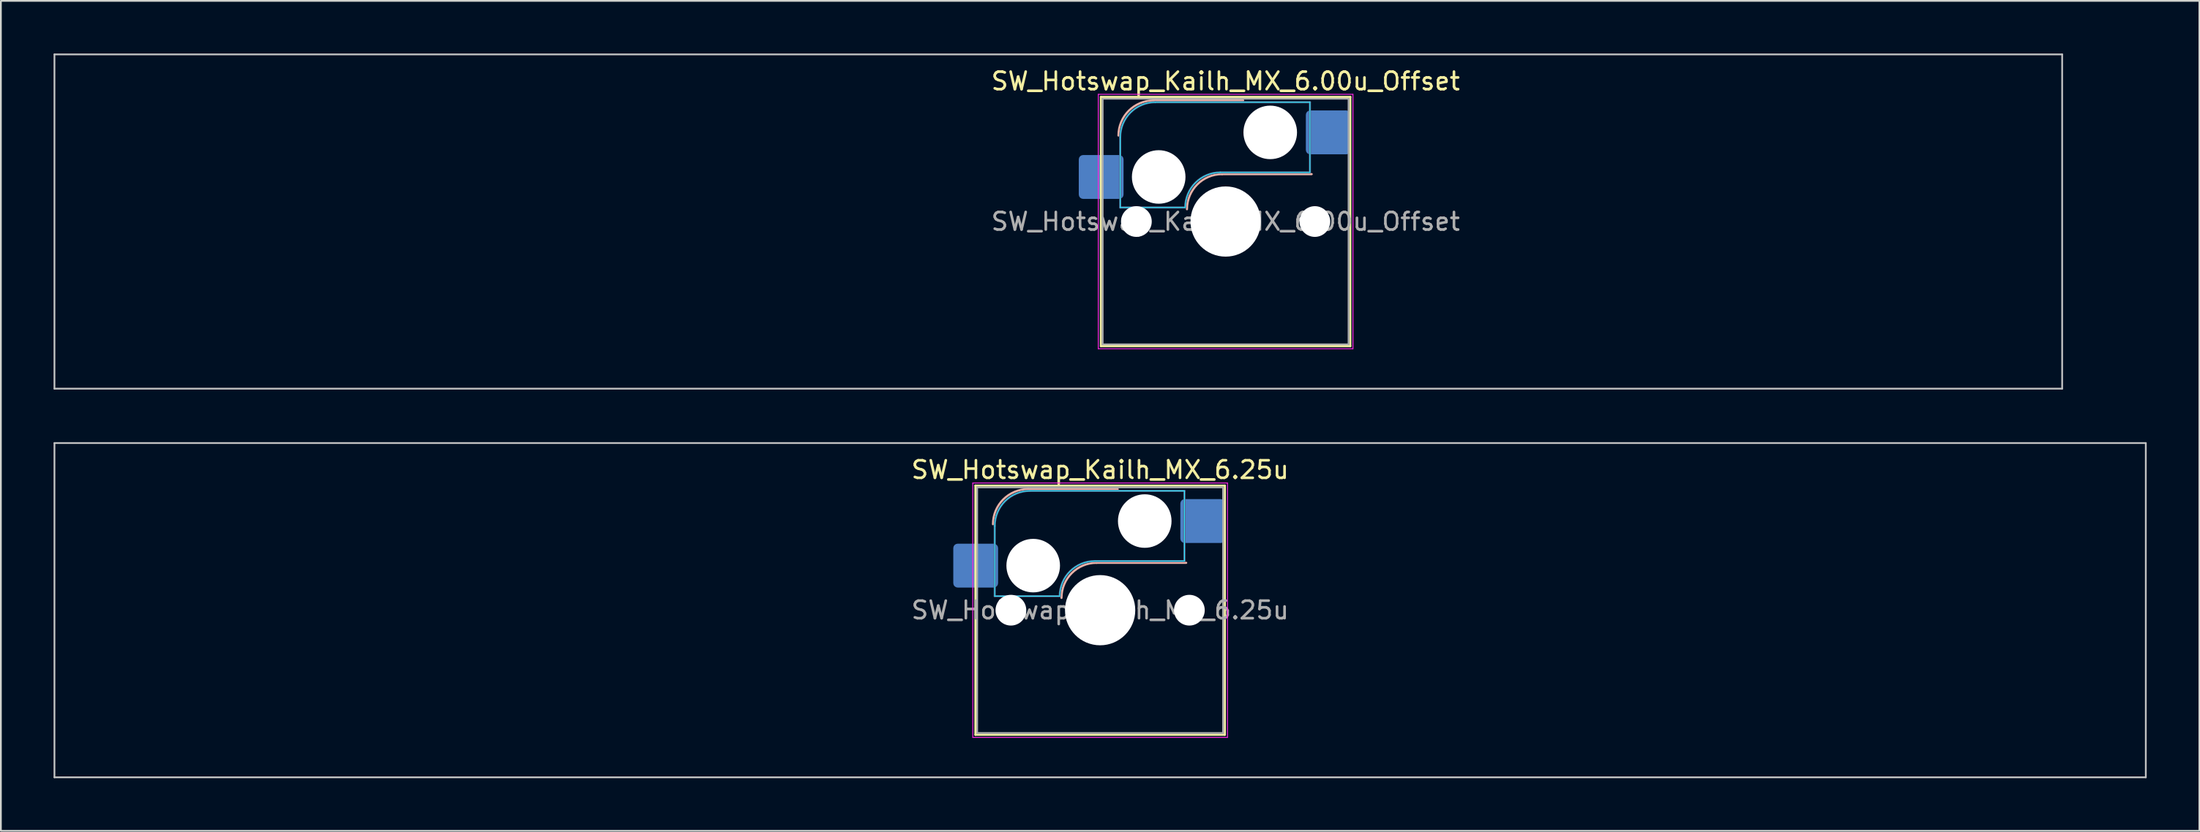
<source format=kicad_pcb>
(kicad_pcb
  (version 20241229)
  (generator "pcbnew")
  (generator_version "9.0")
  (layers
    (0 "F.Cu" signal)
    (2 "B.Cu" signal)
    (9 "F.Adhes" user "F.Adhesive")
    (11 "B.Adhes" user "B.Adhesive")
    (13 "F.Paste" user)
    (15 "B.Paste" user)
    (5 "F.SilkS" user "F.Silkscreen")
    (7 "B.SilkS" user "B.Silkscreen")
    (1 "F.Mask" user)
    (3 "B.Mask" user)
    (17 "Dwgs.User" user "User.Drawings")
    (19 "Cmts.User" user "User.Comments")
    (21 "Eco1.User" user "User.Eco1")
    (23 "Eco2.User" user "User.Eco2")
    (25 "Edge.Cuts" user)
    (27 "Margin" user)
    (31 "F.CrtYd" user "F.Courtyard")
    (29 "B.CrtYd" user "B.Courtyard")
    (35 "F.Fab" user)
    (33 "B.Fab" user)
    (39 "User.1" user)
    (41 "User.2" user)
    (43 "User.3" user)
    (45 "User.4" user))
  (footprint "SW_Hotswap_Kailh_MX_6.00u_Offset"
    (layer "F.Cu")
    (at 66.725 9.575)
    (property "Reference" "SW_Hotswap_Kailh_MX_6.00u_Offset" (at 0 -8 0) (layer "F.SilkS") (effects (font (size 1 1) (thickness 0.15))))
    (attr smd)
    (fp_line (start -7.1 -7.1) (end -7.1 7.1) (stroke (width 0.12) (type solid)) (layer "F.SilkS"))
    (fp_line (start -7.1 7.1) (end 7.1 7.1) (stroke (width 0.12) (type solid)) (layer "F.SilkS"))
    (fp_line (start 7.1 -7.1) (end -7.1 -7.1) (stroke (width 0.12) (type solid)) (layer "F.SilkS"))
    (fp_line (start 7.1 7.1) (end 7.1 -7.1) (stroke (width 0.12) (type solid)) (layer "F.SilkS"))
    (fp_line (start -4.1 -6.9) (end 1 -6.9) (stroke (width 0.12) (type solid)) (layer "B.SilkS"))
    (fp_line (start -0.2 -2.7) (end 4.9 -2.7) (stroke (width 0.12) (type solid)) (layer "B.SilkS"))
    (fp_arc (start -6.1 -4.9) (mid -5.514214 -6.314214) (end -4.1 -6.9) (stroke (width 0.12) (type solid)) (layer "B.SilkS"))
    (fp_arc (start -2.2 -0.7) (mid -1.614214 -2.114214) (end -0.2 -2.7) (stroke (width 0.12) (type solid)) (layer "B.SilkS"))
    (fp_line (start -66.675 -9.525) (end -66.675 9.525) (stroke (width 0.1) (type solid)) (layer "Dwgs.User"))
    (fp_line (start -66.675 9.525) (end 47.625 9.525) (stroke (width 0.1) (type solid)) (layer "Dwgs.User"))
    (fp_line (start 47.625 -9.525) (end -66.675 -9.525) (stroke (width 0.1) (type solid)) (layer "Dwgs.User"))
    (fp_line (start 47.625 9.525) (end 47.625 -9.525) (stroke (width 0.1) (type solid)) (layer "Dwgs.User"))
    (fp_line (start -7.8 -6) (end -7 -6) (stroke (width 0.1) (type solid)) (layer "Eco1.User"))
    (fp_line (start -7.8 -2.9) (end -7.8 -6) (stroke (width 0.1) (type solid)) (layer "Eco1.User"))
    (fp_line (start -7.8 2.9) (end -7 2.9) (stroke (width 0.1) (type solid)) (layer "Eco1.User"))
    (fp_line (start -7.8 6) (end -7.8 2.9) (stroke (width 0.1) (type solid)) (layer "Eco1.User"))
    (fp_line (start -7 -7) (end 7 -7) (stroke (width 0.1) (type solid)) (layer "Eco1.User"))
    (fp_line (start -7 -6) (end -7 -7) (stroke (width 0.1) (type solid)) (layer "Eco1.User"))
    (fp_line (start -7 -2.9) (end -7.8 -2.9) (stroke (width 0.1) (type solid)) (layer "Eco1.User"))
    (fp_line (start -7 2.9) (end -7 -2.9) (stroke (width 0.1) (type solid)) (layer "Eco1.User"))
    (fp_line (start -7 6) (end -7.8 6) (stroke (width 0.1) (type solid)) (layer "Eco1.User"))
    (fp_line (start -7 7) (end -7 6) (stroke (width 0.1) (type solid)) (layer "Eco1.User"))
    (fp_line (start 7 -7) (end 7 -6) (stroke (width 0.1) (type solid)) (layer "Eco1.User"))
    (fp_line (start 7 -6) (end 7.8 -6) (stroke (width 0.1) (type solid)) (layer "Eco1.User"))
    (fp_line (start 7 -2.9) (end 7 2.9) (stroke (width 0.1) (type solid)) (layer "Eco1.User"))
    (fp_line (start 7 2.9) (end 7.8 2.9) (stroke (width 0.1) (type solid)) (layer "Eco1.User"))
    (fp_line (start 7 6) (end 7 7) (stroke (width 0.1) (type solid)) (layer "Eco1.User"))
    (fp_line (start 7 7) (end -7 7) (stroke (width 0.1) (type solid)) (layer "Eco1.User"))
    (fp_line (start 7.8 -6) (end 7.8 -2.9) (stroke (width 0.1) (type solid)) (layer "Eco1.User"))
    (fp_line (start 7.8 -2.9) (end 7 -2.9) (stroke (width 0.1) (type solid)) (layer "Eco1.User"))
    (fp_line (start 7.8 2.9) (end 7.8 6) (stroke (width 0.1) (type solid)) (layer "Eco1.User"))
    (fp_line (start 7.8 6) (end 7 6) (stroke (width 0.1) (type solid)) (layer "Eco1.User"))
    (fp_line (start -6 -0.8) (end -6 -4.8) (stroke (width 0.05) (type solid)) (layer "B.CrtYd"))
    (fp_line (start -6 -0.8) (end -2.3 -0.8) (stroke (width 0.05) (type solid)) (layer "B.CrtYd"))
    (fp_line (start -4 -6.8) (end 4.8 -6.8) (stroke (width 0.05) (type solid)) (layer "B.CrtYd"))
    (fp_line (start -0.3 -2.8) (end 4.8 -2.8) (stroke (width 0.05) (type solid)) (layer "B.CrtYd"))
    (fp_line (start 4.8 -6.8) (end 4.8 -2.8) (stroke (width 0.05) (type solid)) (layer "B.CrtYd"))
    (fp_arc (start -6 -4.8) (mid -5.414214 -6.214214) (end -4 -6.8) (stroke (width 0.05) (type solid)) (layer "B.CrtYd"))
    (fp_arc (start -2.3 -0.8) (mid -1.714214 -2.214214) (end -0.3 -2.8) (stroke (width 0.05) (type solid)) (layer "B.CrtYd"))
    (fp_line (start -7.25 -7.25) (end -7.25 7.25) (stroke (width 0.05) (type solid)) (layer "F.CrtYd"))
    (fp_line (start -7.25 7.25) (end 7.25 7.25) (stroke (width 0.05) (type solid)) (layer "F.CrtYd"))
    (fp_line (start 7.25 -7.25) (end -7.25 -7.25) (stroke (width 0.05) (type solid)) (layer "F.CrtYd"))
    (fp_line (start 7.25 7.25) (end 7.25 -7.25) (stroke (width 0.05) (type solid)) (layer "F.CrtYd"))
    (fp_line (start -6 -0.8) (end -6 -4.8) (stroke (width 0.12) (type solid)) (layer "B.Fab"))
    (fp_line (start -6 -0.8) (end -2.3 -0.8) (stroke (width 0.12) (type solid)) (layer "B.Fab"))
    (fp_line (start -4 -6.8) (end 4.8 -6.8) (stroke (width 0.12) (type solid)) (layer "B.Fab"))
    (fp_line (start -0.3 -2.8) (end 4.8 -2.8) (stroke (width 0.12) (type solid)) (layer "B.Fab"))
    (fp_line (start 4.8 -6.8) (end 4.8 -2.8) (stroke (width 0.12) (type solid)) (layer "B.Fab"))
    (fp_arc (start -6 -4.8) (mid -5.414214 -6.214214) (end -4 -6.8) (stroke (width 0.12) (type solid)) (layer "B.Fab"))
    (fp_arc (start -2.3 -0.8) (mid -1.714214 -2.214214) (end -0.3 -2.8) (stroke (width 0.12) (type solid)) (layer "B.Fab"))
    (fp_line (start -7 -7) (end -7 7) (stroke (width 0.1) (type solid)) (layer "F.Fab"))
    (fp_line (start -7 7) (end 7 7) (stroke (width 0.1) (type solid)) (layer "F.Fab"))
    (fp_line (start 7 -7) (end -7 -7) (stroke (width 0.1) (type solid)) (layer "F.Fab"))
    (fp_line (start 7 7) (end 7 -7) (stroke (width 0.1) (type solid)) (layer "F.Fab"))
    (fp_text user "${REFERENCE}" (at 0 0 0) (layer "F.Fab") (effects (font (size 1 1) (thickness 0.15))))
    (pad "" np_thru_hole circle (at -5.08 0) (size 1.75 1.75) (drill 1.75) (layers "*.Cu" "*.Mask"))
    (pad "" np_thru_hole circle (at -3.81 -2.54) (size 3.05 3.05) (drill 3.05) (layers "*.Cu" "*.Mask"))
    (pad "" np_thru_hole circle (at 0 0) (size 4 4) (drill 4) (layers "*.Cu" "*.Mask"))
    (pad "" np_thru_hole circle (at 2.54 -5.08) (size 3.05 3.05) (drill 3.05) (layers "*.Cu" "*.Mask"))
    (pad "" np_thru_hole circle (at 5.08 0) (size 1.75 1.75) (drill 1.75) (layers "*.Cu" "*.Mask"))
    (pad "1" smd roundrect (at -7.085 -2.54) (size 2.55 2.5) (layers "B.Cu" "B.Mask" "B.Paste") (roundrect_rratio 0.1))
    (pad "2" smd roundrect (at 5.842 -5.08) (size 2.55 2.5) (layers "B.Cu" "B.Mask" "B.Paste") (roundrect_rratio 0.1)))
  (footprint "SW_Hotswap_Kailh_MX_6.25u"
    (layer "F.Cu")
    (at 59.581 31.725)
    (property "Reference" "SW_Hotswap_Kailh_MX_6.25u" (at 0 -8 0) (layer "F.SilkS") (effects (font (size 1 1) (thickness 0.15))))
    (attr smd)
    (fp_line (start -7.1 -7.1) (end -7.1 7.1) (stroke (width 0.12) (type solid)) (layer "F.SilkS"))
    (fp_line (start -7.1 7.1) (end 7.1 7.1) (stroke (width 0.12) (type solid)) (layer "F.SilkS"))
    (fp_line (start 7.1 -7.1) (end -7.1 -7.1) (stroke (width 0.12) (type solid)) (layer "F.SilkS"))
    (fp_line (start 7.1 7.1) (end 7.1 -7.1) (stroke (width 0.12) (type solid)) (layer "F.SilkS"))
    (fp_line (start -4.1 -6.9) (end 1 -6.9) (stroke (width 0.12) (type solid)) (layer "B.SilkS"))
    (fp_line (start -0.2 -2.7) (end 4.9 -2.7) (stroke (width 0.12) (type solid)) (layer "B.SilkS"))
    (fp_arc (start -6.1 -4.9) (mid -5.514214 -6.314214) (end -4.1 -6.9) (stroke (width 0.12) (type solid)) (layer "B.SilkS"))
    (fp_arc (start -2.2 -0.7) (mid -1.614214 -2.114214) (end -0.2 -2.7) (stroke (width 0.12) (type solid)) (layer "B.SilkS"))
    (fp_line (start -59.531 -9.525) (end -59.531 9.525) (stroke (width 0.1) (type solid)) (layer "Dwgs.User"))
    (fp_line (start -59.531 9.525) (end 59.531 9.525) (stroke (width 0.1) (type solid)) (layer "Dwgs.User"))
    (fp_line (start 59.531 -9.525) (end -59.531 -9.525) (stroke (width 0.1) (type solid)) (layer "Dwgs.User"))
    (fp_line (start 59.531 9.525) (end 59.531 -9.525) (stroke (width 0.1) (type solid)) (layer "Dwgs.User"))
    (fp_line (start -7.8 -6) (end -7 -6) (stroke (width 0.1) (type solid)) (layer "Eco1.User"))
    (fp_line (start -7.8 -2.9) (end -7.8 -6) (stroke (width 0.1) (type solid)) (layer "Eco1.User"))
    (fp_line (start -7.8 2.9) (end -7 2.9) (stroke (width 0.1) (type solid)) (layer "Eco1.User"))
    (fp_line (start -7.8 6) (end -7.8 2.9) (stroke (width 0.1) (type solid)) (layer "Eco1.User"))
    (fp_line (start -7 -7) (end 7 -7) (stroke (width 0.1) (type solid)) (layer "Eco1.User"))
    (fp_line (start -7 -6) (end -7 -7) (stroke (width 0.1) (type solid)) (layer "Eco1.User"))
    (fp_line (start -7 -2.9) (end -7.8 -2.9) (stroke (width 0.1) (type solid)) (layer "Eco1.User"))
    (fp_line (start -7 2.9) (end -7 -2.9) (stroke (width 0.1) (type solid)) (layer "Eco1.User"))
    (fp_line (start -7 6) (end -7.8 6) (stroke (width 0.1) (type solid)) (layer "Eco1.User"))
    (fp_line (start -7 7) (end -7 6) (stroke (width 0.1) (type solid)) (layer "Eco1.User"))
    (fp_line (start 7 -7) (end 7 -6) (stroke (width 0.1) (type solid)) (layer "Eco1.User"))
    (fp_line (start 7 -6) (end 7.8 -6) (stroke (width 0.1) (type solid)) (layer "Eco1.User"))
    (fp_line (start 7 -2.9) (end 7 2.9) (stroke (width 0.1) (type solid)) (layer "Eco1.User"))
    (fp_line (start 7 2.9) (end 7.8 2.9) (stroke (width 0.1) (type solid)) (layer "Eco1.User"))
    (fp_line (start 7 6) (end 7 7) (stroke (width 0.1) (type solid)) (layer "Eco1.User"))
    (fp_line (start 7 7) (end -7 7) (stroke (width 0.1) (type solid)) (layer "Eco1.User"))
    (fp_line (start 7.8 -6) (end 7.8 -2.9) (stroke (width 0.1) (type solid)) (layer "Eco1.User"))
    (fp_line (start 7.8 -2.9) (end 7 -2.9) (stroke (width 0.1) (type solid)) (layer "Eco1.User"))
    (fp_line (start 7.8 2.9) (end 7.8 6) (stroke (width 0.1) (type solid)) (layer "Eco1.User"))
    (fp_line (start 7.8 6) (end 7 6) (stroke (width 0.1) (type solid)) (layer "Eco1.User"))
    (fp_line (start -6 -0.8) (end -6 -4.8) (stroke (width 0.05) (type solid)) (layer "B.CrtYd"))
    (fp_line (start -6 -0.8) (end -2.3 -0.8) (stroke (width 0.05) (type solid)) (layer "B.CrtYd"))
    (fp_line (start -4 -6.8) (end 4.8 -6.8) (stroke (width 0.05) (type solid)) (layer "B.CrtYd"))
    (fp_line (start -0.3 -2.8) (end 4.8 -2.8) (stroke (width 0.05) (type solid)) (layer "B.CrtYd"))
    (fp_line (start 4.8 -6.8) (end 4.8 -2.8) (stroke (width 0.05) (type solid)) (layer "B.CrtYd"))
    (fp_arc (start -6 -4.8) (mid -5.414214 -6.214214) (end -4 -6.8) (stroke (width 0.05) (type solid)) (layer "B.CrtYd"))
    (fp_arc (start -2.3 -0.8) (mid -1.714214 -2.214214) (end -0.3 -2.8) (stroke (width 0.05) (type solid)) (layer "B.CrtYd"))
    (fp_line (start -7.25 -7.25) (end -7.25 7.25) (stroke (width 0.05) (type solid)) (layer "F.CrtYd"))
    (fp_line (start -7.25 7.25) (end 7.25 7.25) (stroke (width 0.05) (type solid)) (layer "F.CrtYd"))
    (fp_line (start 7.25 -7.25) (end -7.25 -7.25) (stroke (width 0.05) (type solid)) (layer "F.CrtYd"))
    (fp_line (start 7.25 7.25) (end 7.25 -7.25) (stroke (width 0.05) (type solid)) (layer "F.CrtYd"))
    (fp_line (start -6 -0.8) (end -6 -4.8) (stroke (width 0.12) (type solid)) (layer "B.Fab"))
    (fp_line (start -6 -0.8) (end -2.3 -0.8) (stroke (width 0.12) (type solid)) (layer "B.Fab"))
    (fp_line (start -4 -6.8) (end 4.8 -6.8) (stroke (width 0.12) (type solid)) (layer "B.Fab"))
    (fp_line (start -0.3 -2.8) (end 4.8 -2.8) (stroke (width 0.12) (type solid)) (layer "B.Fab"))
    (fp_line (start 4.8 -6.8) (end 4.8 -2.8) (stroke (width 0.12) (type solid)) (layer "B.Fab"))
    (fp_arc (start -6 -4.8) (mid -5.414214 -6.214214) (end -4 -6.8) (stroke (width 0.12) (type solid)) (layer "B.Fab"))
    (fp_arc (start -2.3 -0.8) (mid -1.714214 -2.214214) (end -0.3 -2.8) (stroke (width 0.12) (type solid)) (layer "B.Fab"))
    (fp_line (start -7 -7) (end -7 7) (stroke (width 0.1) (type solid)) (layer "F.Fab"))
    (fp_line (start -7 7) (end 7 7) (stroke (width 0.1) (type solid)) (layer "F.Fab"))
    (fp_line (start 7 -7) (end -7 -7) (stroke (width 0.1) (type solid)) (layer "F.Fab"))
    (fp_line (start 7 7) (end 7 -7) (stroke (width 0.1) (type solid)) (layer "F.Fab"))
    (fp_text user "${REFERENCE}" (at 0 0 0) (layer "F.Fab") (effects (font (size 1 1) (thickness 0.15))))
    (pad "" np_thru_hole circle (at -5.08 0) (size 1.75 1.75) (drill 1.75) (layers "*.Cu" "*.Mask"))
    (pad "" np_thru_hole circle (at -3.81 -2.54) (size 3.05 3.05) (drill 3.05) (layers "*.Cu" "*.Mask"))
    (pad "" np_thru_hole circle (at 0 0) (size 4 4) (drill 4) (layers "*.Cu" "*.Mask"))
    (pad "" np_thru_hole circle (at 2.54 -5.08) (size 3.05 3.05) (drill 3.05) (layers "*.Cu" "*.Mask"))
    (pad "" np_thru_hole circle (at 5.08 0) (size 1.75 1.75) (drill 1.75) (layers "*.Cu" "*.Mask"))
    (pad "1" smd roundrect (at -7.085 -2.54) (size 2.55 2.5) (layers "B.Cu" "B.Mask" "B.Paste") (roundrect_rratio 0.1))
    (pad "2" smd roundrect (at 5.842 -5.08) (size 2.55 2.5) (layers "B.Cu" "B.Mask" "B.Paste") (roundrect_rratio 0.1)))
  (gr_rect
    (start -3 -3)
    (end 122.162 44.3)
    (stroke (width 0.1) (type default))
    (fill no)
    (layer "Edge.Cuts")))
</source>
